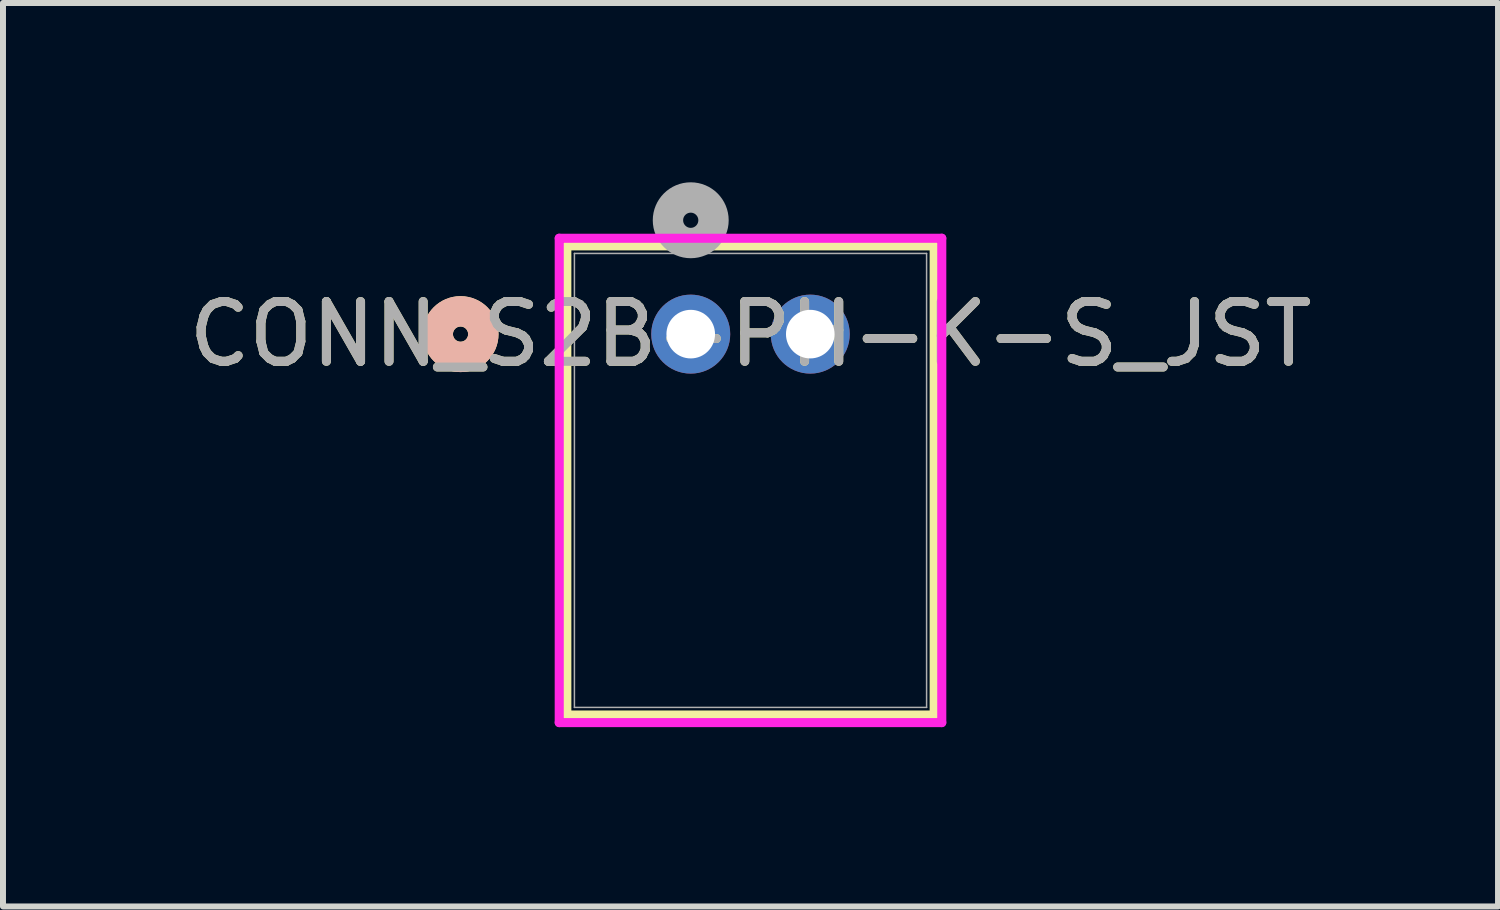
<source format=kicad_pcb>
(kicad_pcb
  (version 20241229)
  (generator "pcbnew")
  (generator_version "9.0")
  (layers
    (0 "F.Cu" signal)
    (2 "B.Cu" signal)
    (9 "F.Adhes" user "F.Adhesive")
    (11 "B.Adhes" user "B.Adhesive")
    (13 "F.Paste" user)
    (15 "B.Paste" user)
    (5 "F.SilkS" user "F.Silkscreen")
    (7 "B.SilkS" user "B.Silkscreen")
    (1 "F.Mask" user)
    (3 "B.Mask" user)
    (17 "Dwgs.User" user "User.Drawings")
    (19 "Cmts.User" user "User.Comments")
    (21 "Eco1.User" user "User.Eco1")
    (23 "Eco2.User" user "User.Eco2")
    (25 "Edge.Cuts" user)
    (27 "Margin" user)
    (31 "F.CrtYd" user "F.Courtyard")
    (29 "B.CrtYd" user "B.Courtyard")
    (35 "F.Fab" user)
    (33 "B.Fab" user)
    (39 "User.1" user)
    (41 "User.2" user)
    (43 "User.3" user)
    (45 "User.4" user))
  (footprint "CONN_S2B-PH-K-S_JST"
    (layer "F.Cu")
    (at 8.506 2.54)
    (property "Reference" "CONN_S2B-PH-K-S_JST" (at 1 0 0) (unlocked yes) (layer "F.SilkS") (effects (font (size 1 1) (thickness 0.15))))
    (attr through_hole)
    (fp_line (start -2.073 -1.477) (end -2.073 6.372) (stroke (width 0.152) (type solid)) (layer "F.SilkS"))
    (fp_line (start -2.073 6.372) (end 4.073 6.372) (stroke (width 0.152) (type solid)) (layer "F.SilkS"))
    (fp_line (start 4.073 -1.477) (end -2.073 -1.477) (stroke (width 0.152) (type solid)) (layer "F.SilkS"))
    (fp_line (start 4.073 6.372) (end 4.073 -1.477) (stroke (width 0.152) (type solid)) (layer "F.SilkS"))
    (fp_circle (center -3.851 0) (end -3.47 0) (stroke (width 0.508) (type solid)) (fill no) (layer "F.SilkS"))
    (fp_circle (center -3.851 0) (end -3.47 0) (stroke (width 0.508) (type solid)) (fill no) (layer "B.SilkS"))
    (fp_line (start -2.2 -1.604) (end -2.2 6.499) (stroke (width 0.152) (type solid)) (layer "F.CrtYd"))
    (fp_line (start -2.2 6.499) (end 4.2 6.499) (stroke (width 0.152) (type solid)) (layer "F.CrtYd"))
    (fp_line (start 4.2 -1.604) (end -2.2 -1.604) (stroke (width 0.152) (type solid)) (layer "F.CrtYd"))
    (fp_line (start 4.2 6.499) (end 4.2 -1.604) (stroke (width 0.152) (type solid)) (layer "F.CrtYd"))
    (fp_line (start -1.946 -1.35) (end -1.946 6.245) (stroke (width 0.025) (type solid)) (layer "F.Fab"))
    (fp_line (start -1.946 6.245) (end 3.946 6.245) (stroke (width 0.025) (type solid)) (layer "F.Fab"))
    (fp_line (start 3.946 -1.35) (end -1.946 -1.35) (stroke (width 0.025) (type solid)) (layer "F.Fab"))
    (fp_line (start 3.946 6.245) (end 3.946 -1.35) (stroke (width 0.025) (type solid)) (layer "F.Fab"))
    (fp_circle (center 0 -1.905) (end 0.381 -1.905) (stroke (width 0.508) (type solid)) (fill no) (layer "F.Fab"))
    (fp_text user "${REFERENCE}" (at 1 0 0) (unlocked yes) (layer "F.Fab") (effects (font (size 1 1) (thickness 0.15))))
    (pad "1" thru_hole circle (at -0.000001 0) (size 1.321 1.321) (drill 0.813) (layers "*.Cu" "*.Mask"))
    (pad "2" thru_hole circle (at 2 0) (size 1.321 1.321) (drill 0.813) (layers "*.Cu" "*.Mask")))
  (gr_rect
    (start -3 -3)
    (end 22.012 12.115)
    (stroke (width 0.1) (type default))
    (fill no)
    (layer "Edge.Cuts")))
</source>
